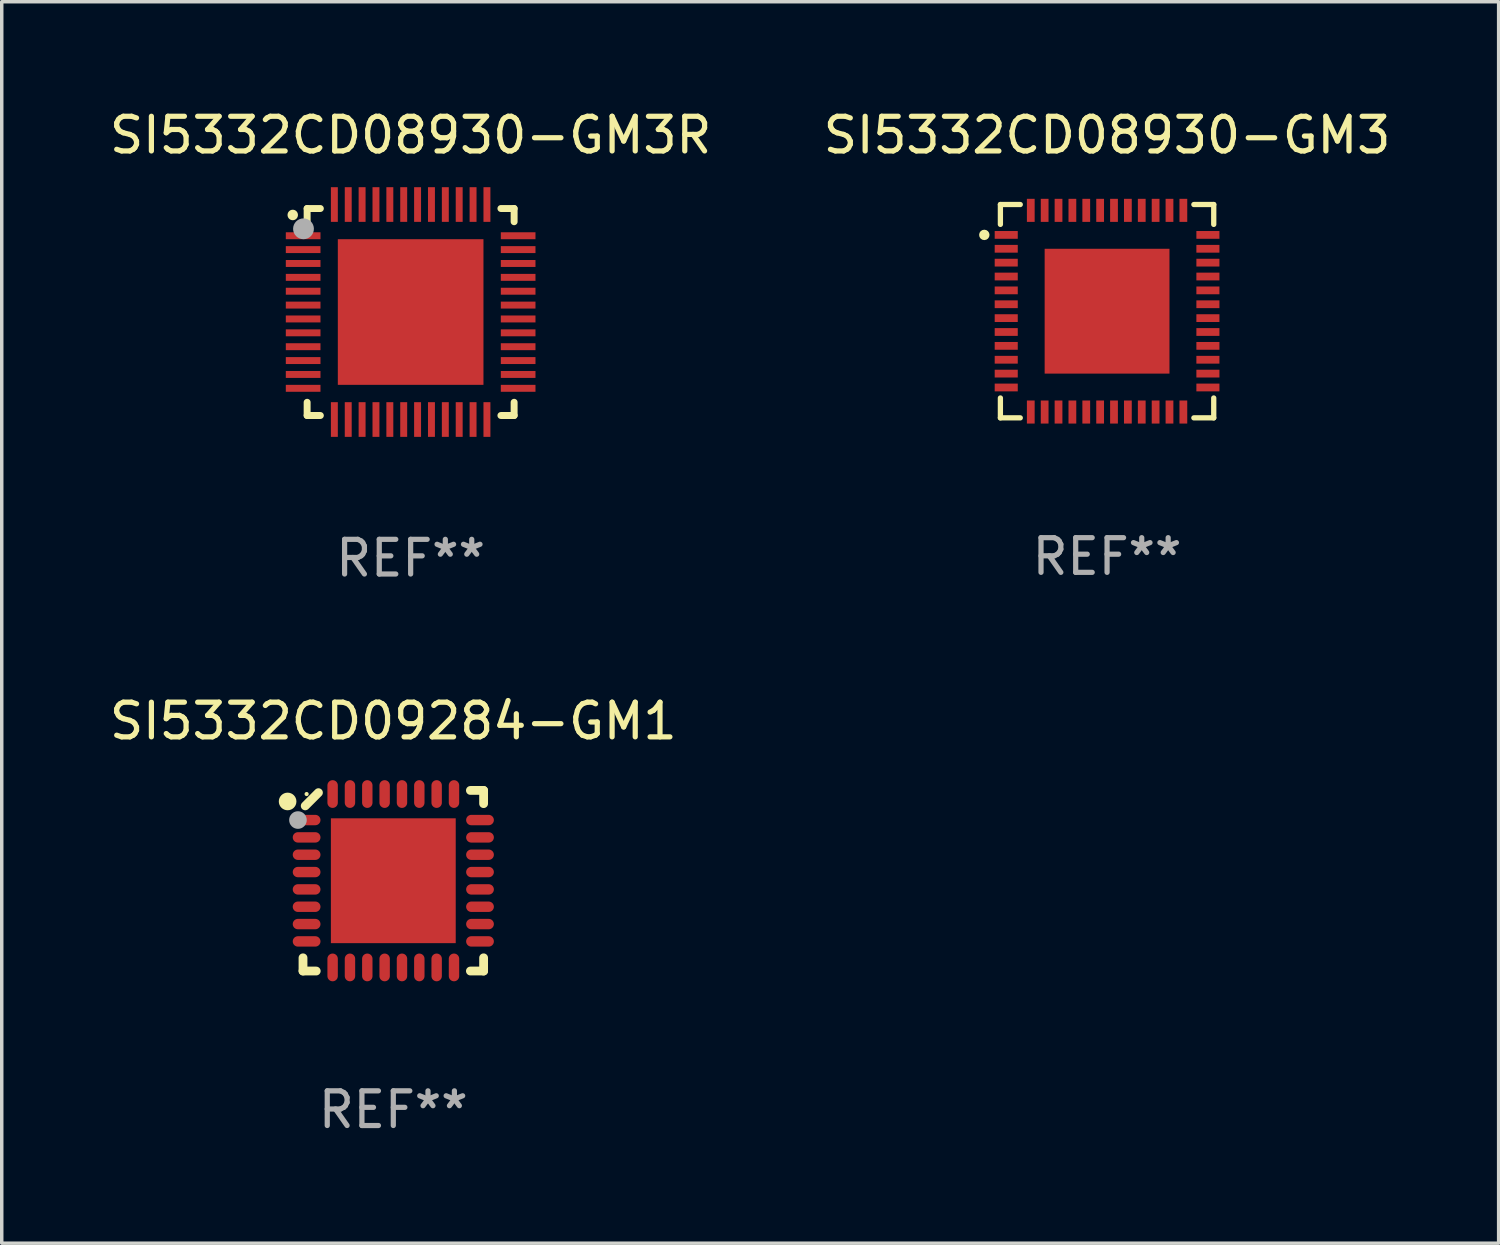
<source format=kicad_pcb>
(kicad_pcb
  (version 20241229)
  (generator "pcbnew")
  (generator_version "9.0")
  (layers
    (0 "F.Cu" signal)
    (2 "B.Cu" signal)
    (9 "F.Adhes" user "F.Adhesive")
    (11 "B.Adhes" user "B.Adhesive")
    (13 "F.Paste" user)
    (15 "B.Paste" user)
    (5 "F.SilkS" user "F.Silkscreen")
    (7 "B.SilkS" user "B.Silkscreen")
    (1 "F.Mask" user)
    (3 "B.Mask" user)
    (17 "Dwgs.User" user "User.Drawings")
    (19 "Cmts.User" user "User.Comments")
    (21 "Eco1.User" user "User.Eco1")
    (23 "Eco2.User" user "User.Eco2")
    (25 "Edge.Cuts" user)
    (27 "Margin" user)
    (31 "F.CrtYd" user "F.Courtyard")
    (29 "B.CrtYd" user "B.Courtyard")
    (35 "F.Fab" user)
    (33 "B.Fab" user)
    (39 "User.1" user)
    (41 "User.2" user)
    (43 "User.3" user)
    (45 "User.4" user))
  (footprint "SI5332CD08930-GM3R"
    (layer "F.Cu")
    (at 8.792 5.948)
    (property "Reference" "SI5332CD08930-GM3R" (at 0 -5.1 0) (layer "F.SilkS") (effects (font (size 1 1) (thickness 0.15))))
    (attr through_hole)
    (fp_line (start -2.985 -2.985) (end -2.604 -2.985) (stroke (width 0.2) (type solid)) (layer "F.SilkS"))
    (fp_line (start -2.985 -2.604) (end -2.985 -2.985) (stroke (width 0.2) (type solid)) (layer "F.SilkS"))
    (fp_line (start -2.985 2.984) (end -2.985 2.603) (stroke (width 0.2) (type solid)) (layer "F.SilkS"))
    (fp_line (start -2.604 2.984) (end -2.985 2.984) (stroke (width 0.2) (type solid)) (layer "F.SilkS"))
    (fp_line (start 2.603 -2.985) (end 2.984 -2.985) (stroke (width 0.2) (type solid)) (layer "F.SilkS"))
    (fp_line (start 2.984 -2.985) (end 2.984 -2.604) (stroke (width 0.2) (type solid)) (layer "F.SilkS"))
    (fp_line (start 2.984 2.603) (end 2.984 2.984) (stroke (width 0.2) (type solid)) (layer "F.SilkS"))
    (fp_line (start 2.984 2.984) (end 2.603 2.984) (stroke (width 0.2) (type solid)) (layer "F.SilkS"))
    (fp_arc (start -3.400076 -2.797562) (mid -3.400081 -2.798806) (end -3.400076 -2.800051) (stroke (width 0.3) (type solid)) (layer "F.SilkS"))
    (fp_circle (center -3 -3) (end -2.97 -3) (stroke (width 0.06) (type solid)) (fill no) (layer "F.SilkS"))
    (fp_circle (center -3.09 -2.4) (end -2.94 -2.4) (stroke (width 0.3) (type solid)) (fill no) (layer "F.Fab"))
    (fp_text user "REF**" (at 0 7.1 0) (layer "F.Fab") (effects (font (size 1 1) (thickness 0.15))))
    (pad "1" smd rect (at -3.1 -2.2) (size 1 0.2) (layers "F.Cu" "F.Mask" "F.Paste"))
    (pad "2" smd rect (at -3.1 -1.8) (size 1 0.2) (layers "F.Cu" "F.Mask" "F.Paste"))
    (pad "3" smd rect (at -3.1 -1.4) (size 1 0.2) (layers "F.Cu" "F.Mask" "F.Paste"))
    (pad "4" smd rect (at -3.1 -1) (size 1 0.2) (layers "F.Cu" "F.Mask" "F.Paste"))
    (pad "5" smd rect (at -3.1 -0.6) (size 1 0.2) (layers "F.Cu" "F.Mask" "F.Paste"))
    (pad "6" smd rect (at -3.1 -0.2) (size 1 0.2) (layers "F.Cu" "F.Mask" "F.Paste"))
    (pad "7" smd rect (at -3.1 0.2) (size 1 0.2) (layers "F.Cu" "F.Mask" "F.Paste"))
    (pad "8" smd rect (at -3.1 0.6) (size 1 0.2) (layers "F.Cu" "F.Mask" "F.Paste"))
    (pad "9" smd rect (at -3.1 1) (size 1 0.2) (layers "F.Cu" "F.Mask" "F.Paste"))
    (pad "10" smd rect (at -3.1 1.4) (size 1 0.2) (layers "F.Cu" "F.Mask" "F.Paste"))
    (pad "11" smd rect (at -3.1 1.8) (size 1 0.2) (layers "F.Cu" "F.Mask" "F.Paste"))
    (pad "12" smd rect (at -3.1 2.2) (size 1 0.2) (layers "F.Cu" "F.Mask" "F.Paste"))
    (pad "13" smd rect (at -2.2 3.1) (size 0.2 1) (layers "F.Cu" "F.Mask" "F.Paste"))
    (pad "14" smd rect (at -1.8 3.1) (size 0.2 1) (layers "F.Cu" "F.Mask" "F.Paste"))
    (pad "15" smd rect (at -1.4 3.1) (size 0.2 1) (layers "F.Cu" "F.Mask" "F.Paste"))
    (pad "16" smd rect (at -1 3.1) (size 0.2 1) (layers "F.Cu" "F.Mask" "F.Paste"))
    (pad "17" smd rect (at -0.6 3.1) (size 0.2 1) (layers "F.Cu" "F.Mask" "F.Paste"))
    (pad "18" smd rect (at -0.2 3.1) (size 0.2 1) (layers "F.Cu" "F.Mask" "F.Paste"))
    (pad "19" smd rect (at 0.2 3.1) (size 0.2 1) (layers "F.Cu" "F.Mask" "F.Paste"))
    (pad "20" smd rect (at 0.6 3.1) (size 0.2 1) (layers "F.Cu" "F.Mask" "F.Paste"))
    (pad "21" smd rect (at 1 3.1) (size 0.2 1) (layers "F.Cu" "F.Mask" "F.Paste"))
    (pad "22" smd rect (at 1.4 3.1) (size 0.2 1) (layers "F.Cu" "F.Mask" "F.Paste"))
    (pad "23" smd rect (at 1.8 3.1) (size 0.2 1) (layers "F.Cu" "F.Mask" "F.Paste"))
    (pad "24" smd rect (at 2.2 3.1) (size 0.2 1) (layers "F.Cu" "F.Mask" "F.Paste"))
    (pad "25" smd rect (at 3.1 2.2) (size 1 0.2) (layers "F.Cu" "F.Mask" "F.Paste"))
    (pad "26" smd rect (at 3.1 1.8) (size 1 0.2) (layers "F.Cu" "F.Mask" "F.Paste"))
    (pad "27" smd rect (at 3.1 1.4) (size 1 0.2) (layers "F.Cu" "F.Mask" "F.Paste"))
    (pad "28" smd rect (at 3.1 1) (size 1 0.2) (layers "F.Cu" "F.Mask" "F.Paste"))
    (pad "29" smd rect (at 3.1 0.6) (size 1 0.2) (layers "F.Cu" "F.Mask" "F.Paste"))
    (pad "30" smd rect (at 3.1 0.2) (size 1 0.2) (layers "F.Cu" "F.Mask" "F.Paste"))
    (pad "31" smd rect (at 3.1 -0.2) (size 1 0.2) (layers "F.Cu" "F.Mask" "F.Paste"))
    (pad "32" smd rect (at 3.1 -0.6) (size 1 0.2) (layers "F.Cu" "F.Mask" "F.Paste"))
    (pad "33" smd rect (at 3.1 -1) (size 1 0.2) (layers "F.Cu" "F.Mask" "F.Paste"))
    (pad "34" smd rect (at 3.1 -1.4) (size 1 0.2) (layers "F.Cu" "F.Mask" "F.Paste"))
    (pad "35" smd rect (at 3.1 -1.8) (size 1 0.2) (layers "F.Cu" "F.Mask" "F.Paste"))
    (pad "36" smd rect (at 3.1 -2.2) (size 1 0.2) (layers "F.Cu" "F.Mask" "F.Paste"))
    (pad "37" smd rect (at 2.2 -3.1) (size 0.2 1) (layers "F.Cu" "F.Mask" "F.Paste"))
    (pad "38" smd rect (at 1.8 -3.1) (size 0.2 1) (layers "F.Cu" "F.Mask" "F.Paste"))
    (pad "39" smd rect (at 1.4 -3.1) (size 0.2 1) (layers "F.Cu" "F.Mask" "F.Paste"))
    (pad "40" smd rect (at 1 -3.1) (size 0.2 1) (layers "F.Cu" "F.Mask" "F.Paste"))
    (pad "41" smd rect (at 0.6 -3.1) (size 0.2 1) (layers "F.Cu" "F.Mask" "F.Paste"))
    (pad "42" smd rect (at 0.2 -3.1) (size 0.2 1) (layers "F.Cu" "F.Mask" "F.Paste"))
    (pad "43" smd rect (at -0.2 -3.1) (size 0.2 1) (layers "F.Cu" "F.Mask" "F.Paste"))
    (pad "44" smd rect (at -0.6 -3.1) (size 0.2 1) (layers "F.Cu" "F.Mask" "F.Paste"))
    (pad "45" smd rect (at -1 -3.1) (size 0.2 1) (layers "F.Cu" "F.Mask" "F.Paste"))
    (pad "46" smd rect (at -1.4 -3.1) (size 0.2 1) (layers "F.Cu" "F.Mask" "F.Paste"))
    (pad "47" smd rect (at -1.8 -3.1) (size 0.2 1) (layers "F.Cu" "F.Mask" "F.Paste"))
    (pad "48" smd rect (at -2.2 -3.1) (size 0.2 1) (layers "F.Cu" "F.Mask" "F.Paste"))
    (pad "49" smd rect (at -0.000127 0) (size 4.2 4.2) (layers "F.Cu" "F.Mask" "F.Paste")))
  (footprint "SI5332CD09284-GM1"
    (layer "F.Cu")
    (at 8.292 22.348)
    (property "Reference" "SI5332CD09284-GM1" (at 0 -4.604 0) (layer "F.SilkS") (effects (font (size 1 1) (thickness 0.15))))
    (attr through_hole)
    (fp_line (start -2.604 2.223) (end -2.604 2.604) (stroke (width 0.254) (type solid)) (layer "F.SilkS"))
    (fp_line (start -2.604 2.604) (end -2.223 2.604) (stroke (width 0.254) (type solid)) (layer "F.SilkS"))
    (fp_line (start -2.159 -2.54) (end -2.54 -2.159) (stroke (width 0.254) (type solid)) (layer "F.SilkS"))
    (fp_line (start 2.223 2.604) (end 2.604 2.604) (stroke (width 0.254) (type solid)) (layer "F.SilkS"))
    (fp_line (start 2.604 -2.604) (end 2.223 -2.604) (stroke (width 0.254) (type solid)) (layer "F.SilkS"))
    (fp_line (start 2.604 -2.223) (end 2.604 -2.604) (stroke (width 0.254) (type solid)) (layer "F.SilkS"))
    (fp_line (start 2.604 2.604) (end 2.604 2.223) (stroke (width 0.254) (type solid)) (layer "F.SilkS"))
    (fp_circle (center -3.048 -2.286) (end -2.921 -2.286) (stroke (width 0.254) (type solid)) (fill no) (layer "F.SilkS"))
    (fp_circle (center -2.5 -2.5) (end -2.47 -2.5) (stroke (width 0.06) (type solid)) (fill no) (layer "F.SilkS"))
    (fp_circle (center -2.75 -1.75) (end -2.623 -1.75) (stroke (width 0.254) (type solid)) (fill no) (layer "F.Fab"))
    (fp_text user "REF**" (at 0 6.604 0) (layer "F.Fab") (effects (font (size 1 1) (thickness 0.15))))
    (pad "1" smd oval (at -2.5 -1.75) (size 0.8 0.3) (layers "F.Cu" "F.Mask" "F.Paste"))
    (pad "2" smd oval (at -2.5 -1.25) (size 0.8 0.3) (layers "F.Cu" "F.Mask" "F.Paste"))
    (pad "3" smd oval (at -2.5 -0.75) (size 0.8 0.3) (layers "F.Cu" "F.Mask" "F.Paste"))
    (pad "4" smd oval (at -2.5 -0.25) (size 0.8 0.3) (layers "F.Cu" "F.Mask" "F.Paste"))
    (pad "5" smd oval (at -2.5 0.25) (size 0.8 0.3) (layers "F.Cu" "F.Mask" "F.Paste"))
    (pad "6" smd oval (at -2.5 0.75) (size 0.8 0.3) (layers "F.Cu" "F.Mask" "F.Paste"))
    (pad "7" smd oval (at -2.5 1.25) (size 0.8 0.3) (layers "F.Cu" "F.Mask" "F.Paste"))
    (pad "8" smd oval (at -2.5 1.75) (size 0.8 0.3) (layers "F.Cu" "F.Mask" "F.Paste"))
    (pad "9" smd oval (at -1.75 2.5) (size 0.3 0.8) (layers "F.Cu" "F.Mask" "F.Paste"))
    (pad "10" smd oval (at -1.25 2.5) (size 0.3 0.8) (layers "F.Cu" "F.Mask" "F.Paste"))
    (pad "11" smd oval (at -0.75 2.5) (size 0.3 0.8) (layers "F.Cu" "F.Mask" "F.Paste"))
    (pad "12" smd oval (at -0.25 2.5) (size 0.3 0.8) (layers "F.Cu" "F.Mask" "F.Paste"))
    (pad "13" smd oval (at 0.25 2.5) (size 0.3 0.8) (layers "F.Cu" "F.Mask" "F.Paste"))
    (pad "14" smd oval (at 0.75 2.5) (size 0.3 0.8) (layers "F.Cu" "F.Mask" "F.Paste"))
    (pad "15" smd oval (at 1.25 2.5) (size 0.3 0.8) (layers "F.Cu" "F.Mask" "F.Paste"))
    (pad "16" smd oval (at 1.75 2.5) (size 0.3 0.8) (layers "F.Cu" "F.Mask" "F.Paste"))
    (pad "17" smd oval (at 2.5 1.75) (size 0.8 0.3) (layers "F.Cu" "F.Mask" "F.Paste"))
    (pad "18" smd oval (at 2.5 1.25) (size 0.8 0.3) (layers "F.Cu" "F.Mask" "F.Paste"))
    (pad "19" smd oval (at 2.5 0.75) (size 0.8 0.3) (layers "F.Cu" "F.Mask" "F.Paste"))
    (pad "20" smd oval (at 2.5 0.25) (size 0.8 0.3) (layers "F.Cu" "F.Mask" "F.Paste"))
    (pad "21" smd oval (at 2.5 -0.25) (size 0.8 0.3) (layers "F.Cu" "F.Mask" "F.Paste"))
    (pad "22" smd oval (at 2.5 -0.75) (size 0.8 0.3) (layers "F.Cu" "F.Mask" "F.Paste"))
    (pad "23" smd oval (at 2.5 -1.25) (size 0.8 0.3) (layers "F.Cu" "F.Mask" "F.Paste"))
    (pad "24" smd oval (at 2.5 -1.75) (size 0.8 0.3) (layers "F.Cu" "F.Mask" "F.Paste"))
    (pad "25" smd oval (at 1.75 -2.5) (size 0.3 0.8) (layers "F.Cu" "F.Mask" "F.Paste"))
    (pad "26" smd oval (at 1.25 -2.5) (size 0.3 0.8) (layers "F.Cu" "F.Mask" "F.Paste"))
    (pad "27" smd oval (at 0.75 -2.5) (size 0.3 0.8) (layers "F.Cu" "F.Mask" "F.Paste"))
    (pad "28" smd oval (at 0.25 -2.5) (size 0.3 0.8) (layers "F.Cu" "F.Mask" "F.Paste"))
    (pad "29" smd oval (at -0.25 -2.5) (size 0.3 0.8) (layers "F.Cu" "F.Mask" "F.Paste"))
    (pad "30" smd oval (at -0.75 -2.5) (size 0.3 0.8) (layers "F.Cu" "F.Mask" "F.Paste"))
    (pad "31" smd oval (at -1.25 -2.5) (size 0.3 0.8) (layers "F.Cu" "F.Mask" "F.Paste"))
    (pad "32" smd oval (at -1.75 -2.5) (size 0.3 0.8) (layers "F.Cu" "F.Mask" "F.Paste"))
    (pad "33" smd rect (at -0.000076 0) (size 3.6 3.6) (layers "F.Cu" "F.Mask" "F.Paste")))
  (footprint "SI5332CD08930-GM3"
    (layer "F.Cu")
    (at 28.875 5.924)
    (property "Reference" "SI5332CD08930-GM3" (at 0 -5.076 0) (layer "F.SilkS") (effects (font (size 1 1) (thickness 0.15))))
    (attr through_hole)
    (fp_line (start -3.076 -3.076) (end -3.076 -2.503) (stroke (width 0.152) (type solid)) (layer "F.SilkS"))
    (fp_line (start -3.076 3.076) (end -3.076 2.503) (stroke (width 0.152) (type solid)) (layer "F.SilkS"))
    (fp_line (start -2.503 -3.076) (end -3.076 -3.076) (stroke (width 0.152) (type solid)) (layer "F.SilkS"))
    (fp_line (start -2.503 3.076) (end -3.076 3.076) (stroke (width 0.152) (type solid)) (layer "F.SilkS"))
    (fp_line (start 2.503 -3.076) (end 3.076 -3.076) (stroke (width 0.152) (type solid)) (layer "F.SilkS"))
    (fp_line (start 2.503 3.076) (end 3.076 3.076) (stroke (width 0.152) (type solid)) (layer "F.SilkS"))
    (fp_line (start 3.076 -3.076) (end 3.076 -2.503) (stroke (width 0.152) (type solid)) (layer "F.SilkS"))
    (fp_line (start 3.076 3.076) (end 3.076 2.503) (stroke (width 0.152) (type solid)) (layer "F.SilkS"))
    (fp_circle (center -3.54 -2.2) (end -3.465 -2.2) (stroke (width 0.15) (type solid)) (fill no) (layer "F.SilkS"))
    (fp_text user "REF**" (at 0 7.076 0) (layer "F.Fab") (effects (font (size 1 1) (thickness 0.15))))
    (pad "1" smd rect (at -2.908 -2.2) (size 0.665 0.224) (layers "F.Cu" "F.Mask" "F.Paste"))
    (pad "2" smd rect (at -2.908 -1.8) (size 0.665 0.224) (layers "F.Cu" "F.Mask" "F.Paste"))
    (pad "3" smd rect (at -2.908 -1.4) (size 0.665 0.224) (layers "F.Cu" "F.Mask" "F.Paste"))
    (pad "4" smd rect (at -2.908 -1) (size 0.665 0.224) (layers "F.Cu" "F.Mask" "F.Paste"))
    (pad "5" smd rect (at -2.908 -0.6) (size 0.665 0.224) (layers "F.Cu" "F.Mask" "F.Paste"))
    (pad "6" smd rect (at -2.908 -0.2) (size 0.665 0.224) (layers "F.Cu" "F.Mask" "F.Paste"))
    (pad "7" smd rect (at -2.908 0.2) (size 0.665 0.224) (layers "F.Cu" "F.Mask" "F.Paste"))
    (pad "8" smd rect (at -2.908 0.6) (size 0.665 0.224) (layers "F.Cu" "F.Mask" "F.Paste"))
    (pad "9" smd rect (at -2.908 1) (size 0.665 0.224) (layers "F.Cu" "F.Mask" "F.Paste"))
    (pad "10" smd rect (at -2.908 1.4) (size 0.665 0.224) (layers "F.Cu" "F.Mask" "F.Paste"))
    (pad "11" smd rect (at -2.908 1.8) (size 0.665 0.224) (layers "F.Cu" "F.Mask" "F.Paste"))
    (pad "12" smd rect (at -2.908 2.2) (size 0.665 0.224) (layers "F.Cu" "F.Mask" "F.Paste"))
    (pad "13" smd rect (at -2.2 2.908) (size 0.224 0.665) (layers "F.Cu" "F.Mask" "F.Paste"))
    (pad "14" smd rect (at -1.8 2.908) (size 0.224 0.665) (layers "F.Cu" "F.Mask" "F.Paste"))
    (pad "15" smd rect (at -1.4 2.908) (size 0.224 0.665) (layers "F.Cu" "F.Mask" "F.Paste"))
    (pad "16" smd rect (at -1 2.908) (size 0.224 0.665) (layers "F.Cu" "F.Mask" "F.Paste"))
    (pad "17" smd rect (at -0.6 2.908) (size 0.224 0.665) (layers "F.Cu" "F.Mask" "F.Paste"))
    (pad "18" smd rect (at -0.2 2.908) (size 0.224 0.665) (layers "F.Cu" "F.Mask" "F.Paste"))
    (pad "19" smd rect (at 0.2 2.908) (size 0.224 0.665) (layers "F.Cu" "F.Mask" "F.Paste"))
    (pad "20" smd rect (at 0.6 2.908) (size 0.224 0.665) (layers "F.Cu" "F.Mask" "F.Paste"))
    (pad "21" smd rect (at 1 2.908) (size 0.224 0.665) (layers "F.Cu" "F.Mask" "F.Paste"))
    (pad "22" smd rect (at 1.4 2.908) (size 0.224 0.665) (layers "F.Cu" "F.Mask" "F.Paste"))
    (pad "23" smd rect (at 1.8 2.908) (size 0.224 0.665) (layers "F.Cu" "F.Mask" "F.Paste"))
    (pad "24" smd rect (at 2.2 2.908) (size 0.224 0.665) (layers "F.Cu" "F.Mask" "F.Paste"))
    (pad "25" smd rect (at 2.908 2.2) (size 0.665 0.224) (layers "F.Cu" "F.Mask" "F.Paste"))
    (pad "26" smd rect (at 2.908 1.8) (size 0.665 0.224) (layers "F.Cu" "F.Mask" "F.Paste"))
    (pad "27" smd rect (at 2.908 1.4) (size 0.665 0.224) (layers "F.Cu" "F.Mask" "F.Paste"))
    (pad "28" smd rect (at 2.908 1) (size 0.665 0.224) (layers "F.Cu" "F.Mask" "F.Paste"))
    (pad "29" smd rect (at 2.908 0.6) (size 0.665 0.224) (layers "F.Cu" "F.Mask" "F.Paste"))
    (pad "30" smd rect (at 2.908 0.2) (size 0.665 0.224) (layers "F.Cu" "F.Mask" "F.Paste"))
    (pad "31" smd rect (at 2.908 -0.2) (size 0.665 0.224) (layers "F.Cu" "F.Mask" "F.Paste"))
    (pad "32" smd rect (at 2.908 -0.6) (size 0.665 0.224) (layers "F.Cu" "F.Mask" "F.Paste"))
    (pad "33" smd rect (at 2.908 -1) (size 0.665 0.224) (layers "F.Cu" "F.Mask" "F.Paste"))
    (pad "34" smd rect (at 2.908 -1.4) (size 0.665 0.224) (layers "F.Cu" "F.Mask" "F.Paste"))
    (pad "35" smd rect (at 2.908 -1.8) (size 0.665 0.224) (layers "F.Cu" "F.Mask" "F.Paste"))
    (pad "36" smd rect (at 2.908 -2.2) (size 0.665 0.224) (layers "F.Cu" "F.Mask" "F.Paste"))
    (pad "37" smd rect (at 2.2 -2.908) (size 0.224 0.665) (layers "F.Cu" "F.Mask" "F.Paste"))
    (pad "38" smd rect (at 1.8 -2.908) (size 0.224 0.665) (layers "F.Cu" "F.Mask" "F.Paste"))
    (pad "39" smd rect (at 1.4 -2.908) (size 0.224 0.665) (layers "F.Cu" "F.Mask" "F.Paste"))
    (pad "40" smd rect (at 1 -2.908) (size 0.224 0.665) (layers "F.Cu" "F.Mask" "F.Paste"))
    (pad "41" smd rect (at 0.6 -2.908) (size 0.224 0.665) (layers "F.Cu" "F.Mask" "F.Paste"))
    (pad "42" smd rect (at 0.2 -2.908) (size 0.224 0.665) (layers "F.Cu" "F.Mask" "F.Paste"))
    (pad "43" smd rect (at -0.2 -2.908) (size 0.224 0.665) (layers "F.Cu" "F.Mask" "F.Paste"))
    (pad "44" smd rect (at -0.6 -2.908) (size 0.224 0.665) (layers "F.Cu" "F.Mask" "F.Paste"))
    (pad "45" smd rect (at -1 -2.908) (size 0.224 0.665) (layers "F.Cu" "F.Mask" "F.Paste"))
    (pad "46" smd rect (at -1.4 -2.908) (size 0.224 0.665) (layers "F.Cu" "F.Mask" "F.Paste"))
    (pad "47" smd rect (at -1.8 -2.908) (size 0.224 0.665) (layers "F.Cu" "F.Mask" "F.Paste"))
    (pad "48" smd rect (at -2.2 -2.908) (size 0.224 0.665) (layers "F.Cu" "F.Mask" "F.Paste"))
    (pad "49" smd rect (at 0 0) (size 3.6 3.6) (layers "F.Cu" "F.Mask" "F.Paste")))
  (gr_rect
    (start -3 -3)
    (end 40.167 32.8)
    (stroke (width 0.1) (type default))
    (fill no)
    (layer "Edge.Cuts")))
</source>
